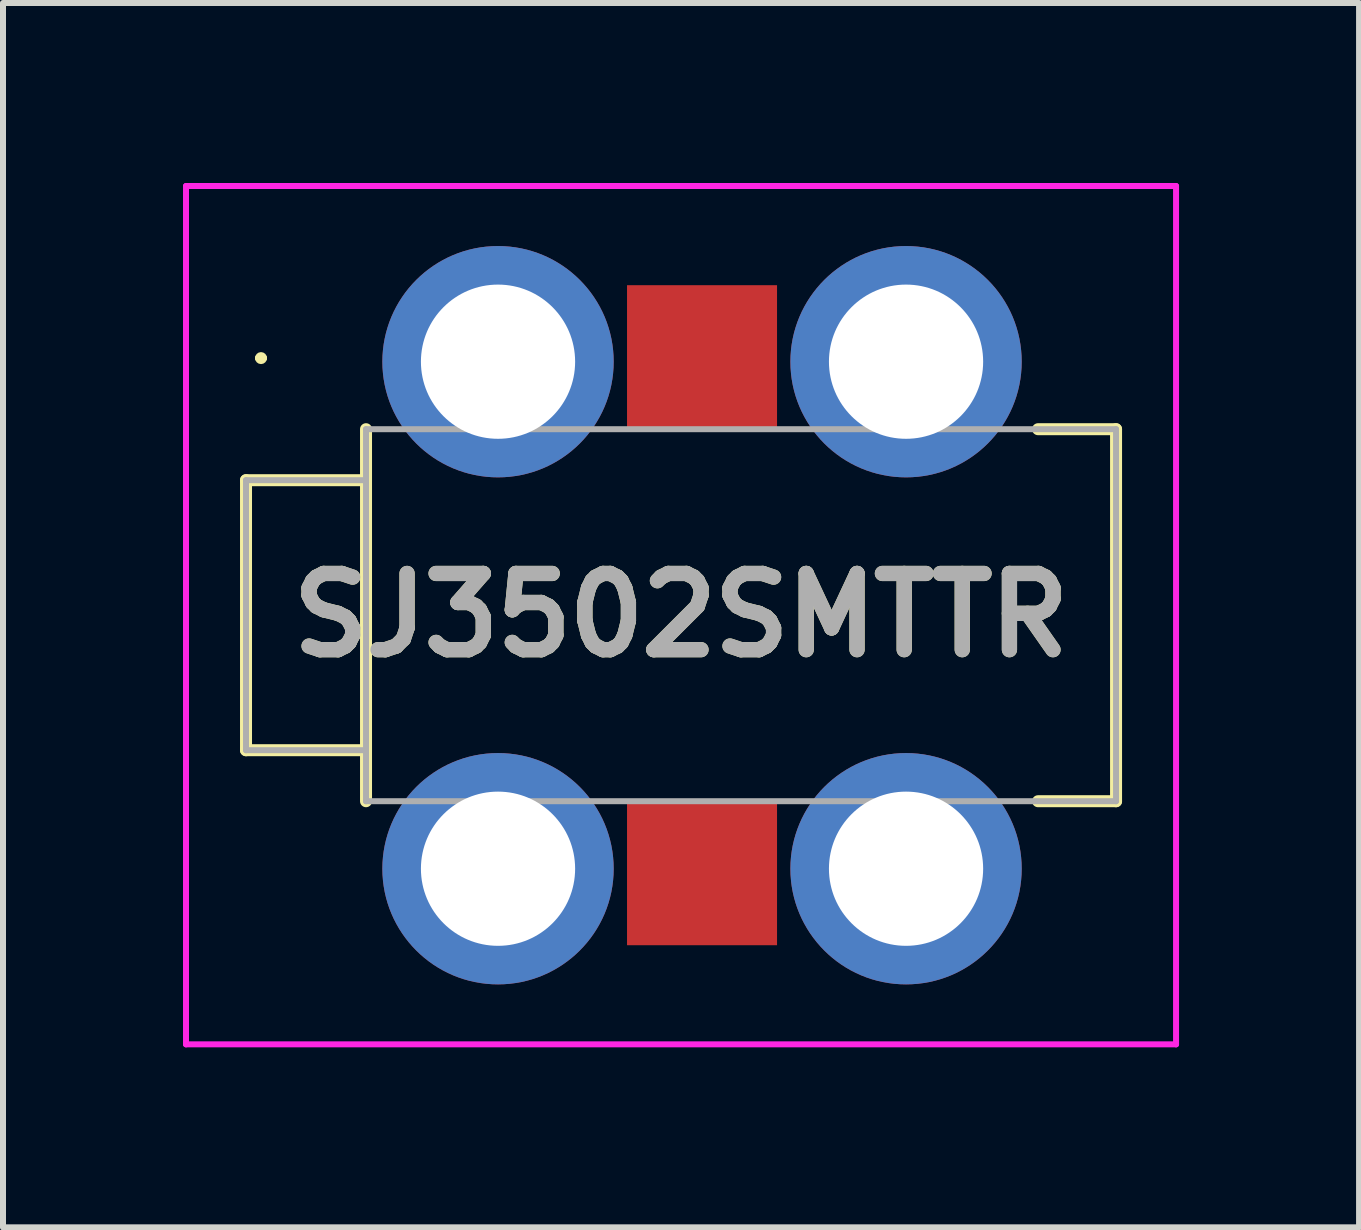
<source format=kicad_pcb>
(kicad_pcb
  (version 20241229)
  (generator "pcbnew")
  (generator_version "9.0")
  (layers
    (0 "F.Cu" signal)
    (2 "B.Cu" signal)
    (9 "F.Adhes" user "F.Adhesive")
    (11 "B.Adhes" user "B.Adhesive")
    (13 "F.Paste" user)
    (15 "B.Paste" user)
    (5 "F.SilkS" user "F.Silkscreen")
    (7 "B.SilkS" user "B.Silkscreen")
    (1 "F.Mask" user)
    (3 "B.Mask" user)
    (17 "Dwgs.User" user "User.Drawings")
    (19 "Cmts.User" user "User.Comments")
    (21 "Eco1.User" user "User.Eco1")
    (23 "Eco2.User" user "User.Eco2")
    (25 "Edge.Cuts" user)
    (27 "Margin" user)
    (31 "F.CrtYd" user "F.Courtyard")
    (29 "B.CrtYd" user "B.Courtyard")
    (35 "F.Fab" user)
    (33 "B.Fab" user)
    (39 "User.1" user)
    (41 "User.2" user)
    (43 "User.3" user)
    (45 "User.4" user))
  (footprint "SJ3502SMTTR"
    (layer "F.Cu")
    (at 5.25 2.978)
    (property "Reference" "SJ3502SMTTR" (at 3.05 4.225 0) (layer "F.SilkS") (effects (font (size 1.27 1.27) (thickness 0.254))))
    (attr through_hole)
    (fp_line (start -4.2 1.975) (end -4.2 6.475) (stroke (width 0.2) (type solid)) (layer "F.SilkS"))
    (fp_line (start -4.2 6.475) (end -2.2 6.475) (stroke (width 0.2) (type solid)) (layer "F.SilkS"))
    (fp_line (start -4 -0.06) (end -4 -0.06) (stroke (width 0.1) (type solid)) (layer "F.SilkS"))
    (fp_line (start -3.9 -0.06) (end -3.9 -0.06) (stroke (width 0.1) (type solid)) (layer "F.SilkS"))
    (fp_line (start -2.2 1.125) (end -2.2 7.325) (stroke (width 0.2) (type solid)) (layer "F.SilkS"))
    (fp_line (start -2.2 1.975) (end -4.2 1.975) (stroke (width 0.2) (type solid)) (layer "F.SilkS"))
    (fp_line (start 9 7.325) (end 10.3 7.325) (stroke (width 0.2) (type solid)) (layer "F.SilkS"))
    (fp_line (start 10.3 1.125) (end 9 1.125) (stroke (width 0.2) (type solid)) (layer "F.SilkS"))
    (fp_line (start 10.3 7.325) (end 10.3 1.125) (stroke (width 0.2) (type solid)) (layer "F.SilkS"))
    (fp_arc (start -4 -0.06) (mid -3.95 -0.11) (end -3.9 -0.06) (stroke (width 0.1) (type solid)) (layer "F.SilkS"))
    (fp_arc (start -3.9 -0.06) (mid -3.95 -0.01) (end -4 -0.06) (stroke (width 0.1) (type solid)) (layer "F.SilkS"))
    (fp_line (start -5.2 -2.928) (end 11.3 -2.928) (stroke (width 0.1) (type solid)) (layer "F.CrtYd"))
    (fp_line (start -5.2 11.377) (end -5.2 -2.928) (stroke (width 0.1) (type solid)) (layer "F.CrtYd"))
    (fp_line (start 11.3 -2.928) (end 11.3 11.377) (stroke (width 0.1) (type solid)) (layer "F.CrtYd"))
    (fp_line (start 11.3 11.377) (end -5.2 11.377) (stroke (width 0.1) (type solid)) (layer "F.CrtYd"))
    (fp_line (start -4.2 1.975) (end -4.2 6.475) (stroke (width 0.1) (type solid)) (layer "F.Fab"))
    (fp_line (start -4.2 6.475) (end -2.2 6.475) (stroke (width 0.1) (type solid)) (layer "F.Fab"))
    (fp_line (start -2.2 1.125) (end 10.3 1.125) (stroke (width 0.1) (type solid)) (layer "F.Fab"))
    (fp_line (start -2.2 1.975) (end -4.2 1.975) (stroke (width 0.1) (type solid)) (layer "F.Fab"))
    (fp_line (start -2.2 7.325) (end -2.2 1.125) (stroke (width 0.1) (type solid)) (layer "F.Fab"))
    (fp_line (start 10.3 1.125) (end 10.3 7.325) (stroke (width 0.1) (type solid)) (layer "F.Fab"))
    (fp_line (start 10.3 7.325) (end -2.2 7.325) (stroke (width 0.1) (type solid)) (layer "F.Fab"))
    (fp_text user "${REFERENCE}" (at 3.05 4.225 0) (layer "F.Fab") (effects (font (size 1.27 1.27) (thickness 0.254))))
    (pad "2" smd rect (at 3.4 -0.06 90) (size 2.43 2.5) (layers "F.Cu" "F.Mask" "F.Paste"))
    (pad "3" smd rect (at 3.4 8.51 90) (size 2.43 2.5) (layers "F.Cu" "F.Mask" "F.Paste"))
    (pad "A1" thru_hole circle (at 0 0) (size 3.855 3.855) (drill 2.57) (layers "*.Cu" "*.Mask"))
    (pad "B1" thru_hole circle (at 6.8 0) (size 3.855 3.855) (drill 2.57) (layers "*.Cu" "*.Mask"))
    (pad "C1" thru_hole circle (at 0 8.45) (size 3.855 3.855) (drill 2.57) (layers "*.Cu" "*.Mask"))
    (pad "D1" thru_hole circle (at 6.8 8.45) (size 3.855 3.855) (drill 2.57) (layers "*.Cu" "*.Mask")))
  (gr_rect
    (start -3 -3)
    (end 19.6 17.405)
    (stroke (width 0.1) (type default))
    (fill no)
    (layer "Edge.Cuts")))
</source>
